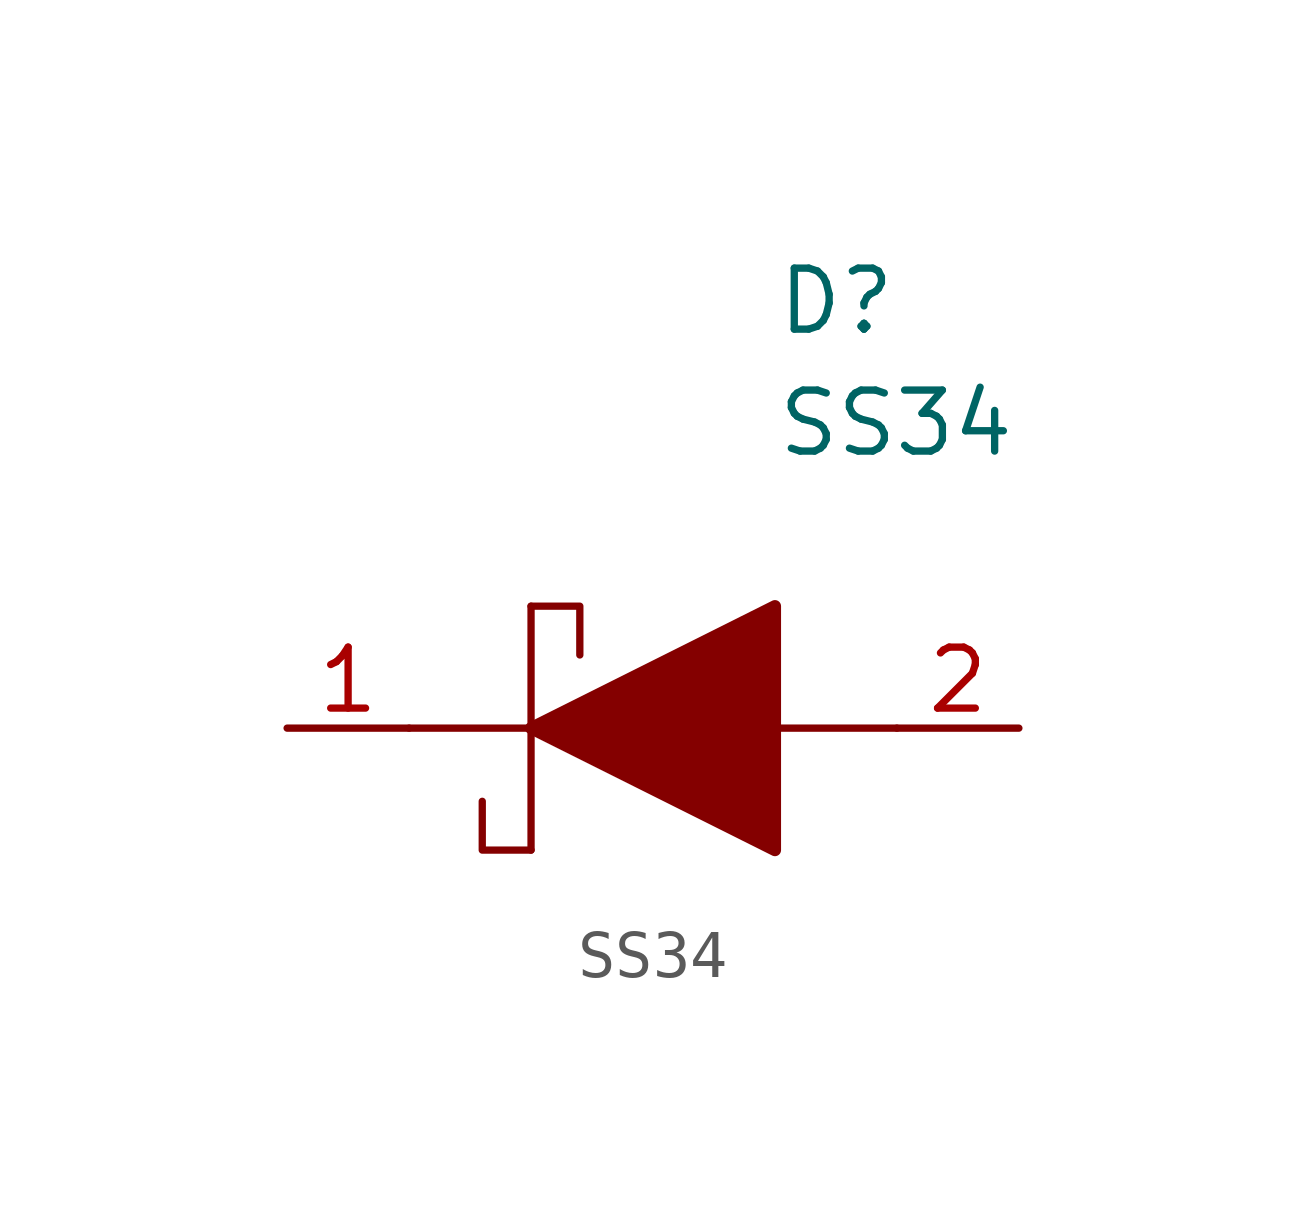
<source format=kicad_sym>
(kicad_symbol_lib
  (version 20211014)
  (generator kicad_symbol_editor)
  (symbol "SS34"
    (pin_names
      (offset 0.762))
    (property "Reference" "D"
      (at 12.7 8.89 0)
      (effects (font (size 1.27 1.27)) (justify left)))
    (property "Value" "SS34"
      (at 12.7 6.35 0)
      (effects (font (size 1.27 1.27)) (justify left)))
    (symbol "SS34_0_0"
      (pin passive line (at 2.54 0 0) (length 2.54) (name "~" (effects (font (size 1.27 1.27)))) (number "1" (effects (font (size 1.27 1.27)))))
      (pin passive line (at 17.78 0 180) (length 2.54) (name "~" (effects (font (size 1.27 1.27)))) (number "2" (effects (font (size 1.27 1.27))))))
    (symbol "SS34_0_1"
      (polyline (pts (xy 5.08 0) (xy 7.62 0)) (stroke (width 0.152) (type default) (color 0 0 0 0)) (fill (type none)))
      (polyline (pts (xy 7.62 2.54) (xy 7.62 -2.54)) (stroke (width 0.152) (type default) (color 0 0 0 0)) (fill (type none)))
      (polyline (pts (xy 12.7 0) (xy 15.24 0)) (stroke (width 0.152) (type default) (color 0 0 0 0)) (fill (type none)))
      (polyline (pts (xy 7.62 -2.54) (xy 6.604 -2.54) (xy 6.604 -1.524)) (stroke (width 0.152) (type default) (color 0 0 0 0)) (fill (type none)))
      (polyline (pts (xy 7.62 2.54) (xy 8.636 2.54) (xy 8.636 1.524)) (stroke (width 0.152) (type default) (color 0 0 0 0)) (fill (type none)))
      (polyline (pts (xy 7.62 0) (xy 12.7 2.54) (xy 12.7 -2.54) (xy 7.62 0)) (stroke (width 0.254) (type default) (color 0 0 0 0)) (fill (type outline))))))
</source>
